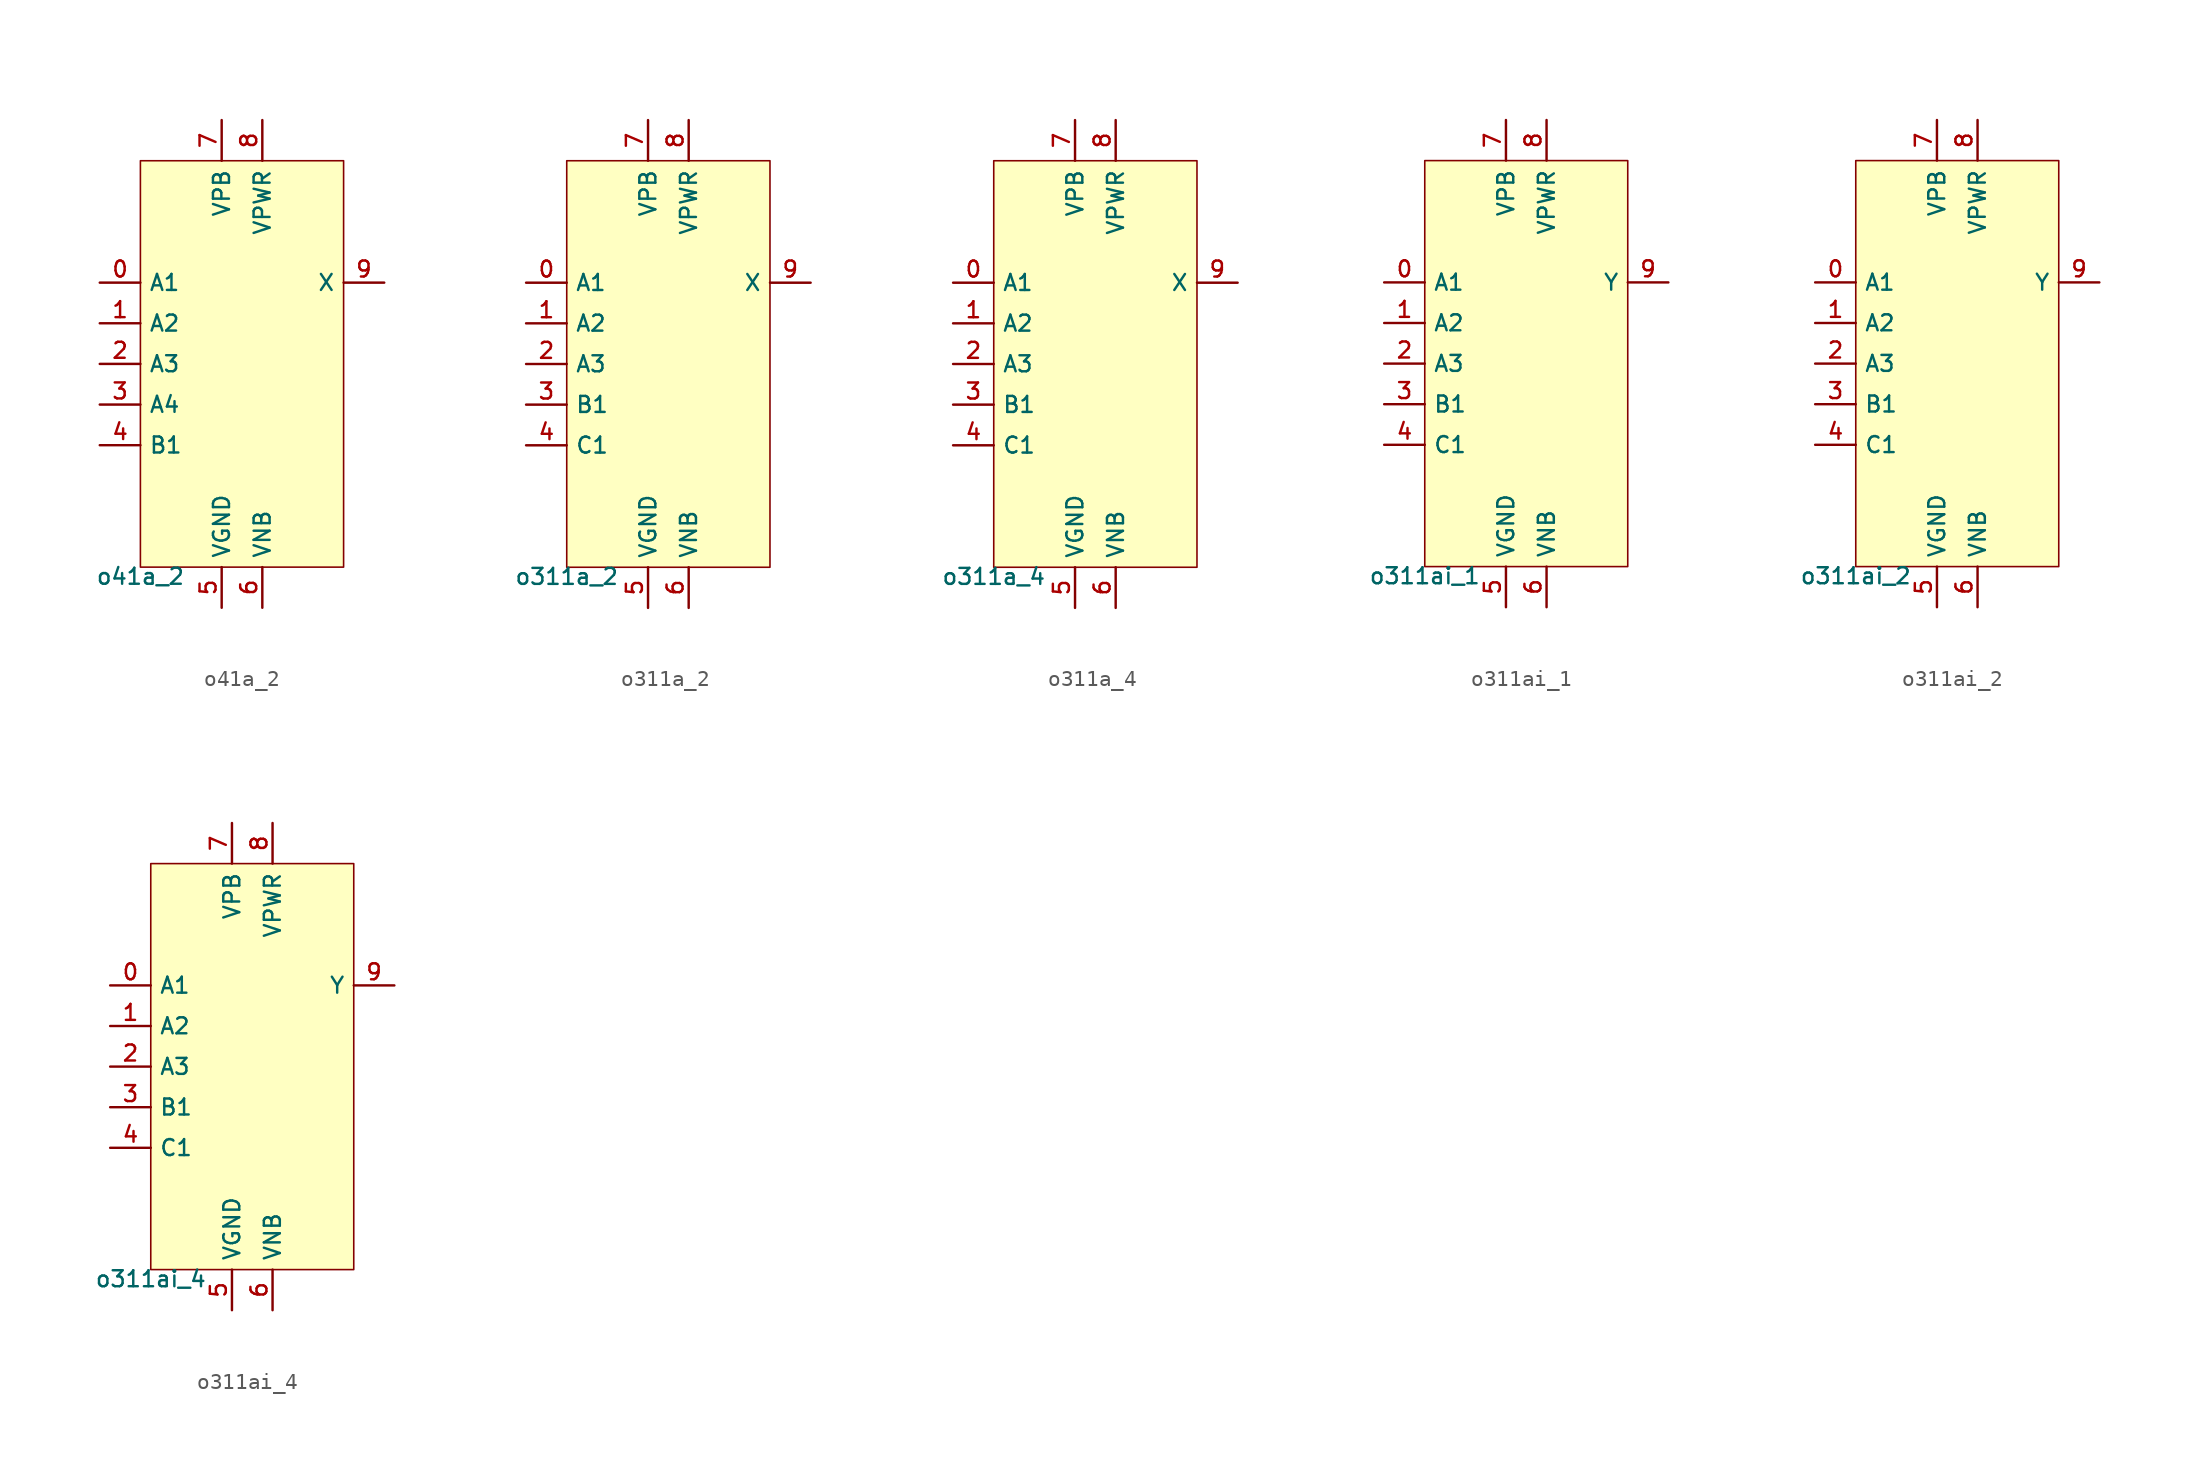
<source format=kicad_sym>
(kicad_symbol_lib
  (version 20211014)
  (generator pdk2kicad)
  (symbol "o41a_2"
    (property "Reference" "X"
      (at 0 0 0)
      (effects (font (size 1 1)) hide))
    (property "Value" "o41a_2"
      (at -6.35 -12.7 0)
      (effects (font (size 1 1)) (justify top)))
    (rectangle
      (start -6.35 -12.7)
      (end 6.35 12.7)
      (stroke (width 0.1) (type solid) (color 0 0 0 0))
      (fill (type background)))
    (pin input line
      (at -8.89 5.08 0)
      (length 2.54)
      (name "A1" (effects (font (size 1 1)) hide))
      (number "0" (effects (font (size 1 1)) hide)))
    (pin input line
      (at -8.89 2.54 0)
      (length 2.54)
      (name "A2" (effects (font (size 1 1)) hide))
      (number "1" (effects (font (size 1 1)) hide)))
    (pin input line
      (at -8.89 -8.881784197001252e-16 0)
      (length 2.54)
      (name "A3" (effects (font (size 1 1)) hide))
      (number "2" (effects (font (size 1 1)) hide)))
    (pin input line
      (at -8.89 -2.54 0)
      (length 2.54)
      (name "A4" (effects (font (size 1 1)) hide))
      (number "3" (effects (font (size 1 1)) hide)))
    (pin input line
      (at -8.89 -5.08 0)
      (length 2.54)
      (name "B1" (effects (font (size 1 1)) hide))
      (number "4" (effects (font (size 1 1)) hide)))
    (pin power_in line
      (at -1.27 -15.24 90)
      (length 2.54)
      (name "VGND" (effects (font (size 1 1)) hide))
      (number "5" (effects (font (size 1 1)) hide)))
    (pin power_in line
      (at 1.27 -15.24 90)
      (length 2.54)
      (name "VNB" (effects (font (size 1 1)) hide))
      (number "6" (effects (font (size 1 1)) hide)))
    (pin power_in line
      (at -1.27 15.24 270)
      (length 2.54)
      (name "VPB" (effects (font (size 1 1)) hide))
      (number "7" (effects (font (size 1 1)) hide)))
    (pin power_in line
      (at 1.27 15.24 270)
      (length 2.54)
      (name "VPWR" (effects (font (size 1 1)) hide))
      (number "8" (effects (font (size 1 1)) hide)))
    (pin output line
      (at 8.89 5.08 180)
      (length 2.54)
      (name "X" (effects (font (size 1 1)) hide))
      (number "9" (effects (font (size 1 1)) hide))))
  (symbol "o311a_2"
    (property "Reference" "X"
      (at 0 0 0)
      (effects (font (size 1 1)) hide))
    (property "Value" "o311a_2"
      (at -6.35 -12.7 0)
      (effects (font (size 1 1)) (justify top)))
    (rectangle
      (start -6.35 -12.7)
      (end 6.35 12.7)
      (stroke (width 0.1) (type solid) (color 0 0 0 0))
      (fill (type background)))
    (pin input line
      (at -8.89 5.08 0)
      (length 2.54)
      (name "A1" (effects (font (size 1 1)) hide))
      (number "0" (effects (font (size 1 1)) hide)))
    (pin input line
      (at -8.89 2.54 0)
      (length 2.54)
      (name "A2" (effects (font (size 1 1)) hide))
      (number "1" (effects (font (size 1 1)) hide)))
    (pin input line
      (at -8.89 -8.881784197001252e-16 0)
      (length 2.54)
      (name "A3" (effects (font (size 1 1)) hide))
      (number "2" (effects (font (size 1 1)) hide)))
    (pin input line
      (at -8.89 -2.54 0)
      (length 2.54)
      (name "B1" (effects (font (size 1 1)) hide))
      (number "3" (effects (font (size 1 1)) hide)))
    (pin input line
      (at -8.89 -5.08 0)
      (length 2.54)
      (name "C1" (effects (font (size 1 1)) hide))
      (number "4" (effects (font (size 1 1)) hide)))
    (pin power_in line
      (at -1.27 -15.24 90)
      (length 2.54)
      (name "VGND" (effects (font (size 1 1)) hide))
      (number "5" (effects (font (size 1 1)) hide)))
    (pin power_in line
      (at 1.27 -15.24 90)
      (length 2.54)
      (name "VNB" (effects (font (size 1 1)) hide))
      (number "6" (effects (font (size 1 1)) hide)))
    (pin power_in line
      (at -1.27 15.24 270)
      (length 2.54)
      (name "VPB" (effects (font (size 1 1)) hide))
      (number "7" (effects (font (size 1 1)) hide)))
    (pin power_in line
      (at 1.27 15.24 270)
      (length 2.54)
      (name "VPWR" (effects (font (size 1 1)) hide))
      (number "8" (effects (font (size 1 1)) hide)))
    (pin output line
      (at 8.89 5.08 180)
      (length 2.54)
      (name "X" (effects (font (size 1 1)) hide))
      (number "9" (effects (font (size 1 1)) hide))))
  (symbol "o311a_4"
    (property "Reference" "X"
      (at 0 0 0)
      (effects (font (size 1 1)) hide))
    (property "Value" "o311a_4"
      (at -6.35 -12.7 0)
      (effects (font (size 1 1)) (justify top)))
    (rectangle
      (start -6.35 -12.7)
      (end 6.35 12.7)
      (stroke (width 0.1) (type solid) (color 0 0 0 0))
      (fill (type background)))
    (pin input line
      (at -8.89 5.08 0)
      (length 2.54)
      (name "A1" (effects (font (size 1 1)) hide))
      (number "0" (effects (font (size 1 1)) hide)))
    (pin input line
      (at -8.89 2.54 0)
      (length 2.54)
      (name "A2" (effects (font (size 1 1)) hide))
      (number "1" (effects (font (size 1 1)) hide)))
    (pin input line
      (at -8.89 -8.881784197001252e-16 0)
      (length 2.54)
      (name "A3" (effects (font (size 1 1)) hide))
      (number "2" (effects (font (size 1 1)) hide)))
    (pin input line
      (at -8.89 -2.54 0)
      (length 2.54)
      (name "B1" (effects (font (size 1 1)) hide))
      (number "3" (effects (font (size 1 1)) hide)))
    (pin input line
      (at -8.89 -5.08 0)
      (length 2.54)
      (name "C1" (effects (font (size 1 1)) hide))
      (number "4" (effects (font (size 1 1)) hide)))
    (pin power_in line
      (at -1.27 -15.24 90)
      (length 2.54)
      (name "VGND" (effects (font (size 1 1)) hide))
      (number "5" (effects (font (size 1 1)) hide)))
    (pin power_in line
      (at 1.27 -15.24 90)
      (length 2.54)
      (name "VNB" (effects (font (size 1 1)) hide))
      (number "6" (effects (font (size 1 1)) hide)))
    (pin power_in line
      (at -1.27 15.24 270)
      (length 2.54)
      (name "VPB" (effects (font (size 1 1)) hide))
      (number "7" (effects (font (size 1 1)) hide)))
    (pin power_in line
      (at 1.27 15.24 270)
      (length 2.54)
      (name "VPWR" (effects (font (size 1 1)) hide))
      (number "8" (effects (font (size 1 1)) hide)))
    (pin output line
      (at 8.89 5.08 180)
      (length 2.54)
      (name "X" (effects (font (size 1 1)) hide))
      (number "9" (effects (font (size 1 1)) hide))))
  (symbol "o311ai_1"
    (property "Reference" "X"
      (at 0 0 0)
      (effects (font (size 1 1)) hide))
    (property "Value" "o311ai_1"
      (at -6.35 -12.7 0)
      (effects (font (size 1 1)) (justify top)))
    (rectangle
      (start -6.35 -12.7)
      (end 6.35 12.7)
      (stroke (width 0.1) (type solid) (color 0 0 0 0))
      (fill (type background)))
    (pin input line
      (at -8.89 5.08 0)
      (length 2.54)
      (name "A1" (effects (font (size 1 1)) hide))
      (number "0" (effects (font (size 1 1)) hide)))
    (pin input line
      (at -8.89 2.54 0)
      (length 2.54)
      (name "A2" (effects (font (size 1 1)) hide))
      (number "1" (effects (font (size 1 1)) hide)))
    (pin input line
      (at -8.89 -8.881784197001252e-16 0)
      (length 2.54)
      (name "A3" (effects (font (size 1 1)) hide))
      (number "2" (effects (font (size 1 1)) hide)))
    (pin input line
      (at -8.89 -2.54 0)
      (length 2.54)
      (name "B1" (effects (font (size 1 1)) hide))
      (number "3" (effects (font (size 1 1)) hide)))
    (pin input line
      (at -8.89 -5.08 0)
      (length 2.54)
      (name "C1" (effects (font (size 1 1)) hide))
      (number "4" (effects (font (size 1 1)) hide)))
    (pin power_in line
      (at -1.27 -15.24 90)
      (length 2.54)
      (name "VGND" (effects (font (size 1 1)) hide))
      (number "5" (effects (font (size 1 1)) hide)))
    (pin power_in line
      (at 1.27 -15.24 90)
      (length 2.54)
      (name "VNB" (effects (font (size 1 1)) hide))
      (number "6" (effects (font (size 1 1)) hide)))
    (pin power_in line
      (at -1.27 15.24 270)
      (length 2.54)
      (name "VPB" (effects (font (size 1 1)) hide))
      (number "7" (effects (font (size 1 1)) hide)))
    (pin power_in line
      (at 1.27 15.24 270)
      (length 2.54)
      (name "VPWR" (effects (font (size 1 1)) hide))
      (number "8" (effects (font (size 1 1)) hide)))
    (pin output line
      (at 8.89 5.08 180)
      (length 2.54)
      (name "Y" (effects (font (size 1 1)) hide))
      (number "9" (effects (font (size 1 1)) hide))))
  (symbol "o311ai_2"
    (property "Reference" "X"
      (at 0 0 0)
      (effects (font (size 1 1)) hide))
    (property "Value" "o311ai_2"
      (at -6.35 -12.7 0)
      (effects (font (size 1 1)) (justify top)))
    (rectangle
      (start -6.35 -12.7)
      (end 6.35 12.7)
      (stroke (width 0.1) (type solid) (color 0 0 0 0))
      (fill (type background)))
    (pin input line
      (at -8.89 5.08 0)
      (length 2.54)
      (name "A1" (effects (font (size 1 1)) hide))
      (number "0" (effects (font (size 1 1)) hide)))
    (pin input line
      (at -8.89 2.54 0)
      (length 2.54)
      (name "A2" (effects (font (size 1 1)) hide))
      (number "1" (effects (font (size 1 1)) hide)))
    (pin input line
      (at -8.89 -8.881784197001252e-16 0)
      (length 2.54)
      (name "A3" (effects (font (size 1 1)) hide))
      (number "2" (effects (font (size 1 1)) hide)))
    (pin input line
      (at -8.89 -2.54 0)
      (length 2.54)
      (name "B1" (effects (font (size 1 1)) hide))
      (number "3" (effects (font (size 1 1)) hide)))
    (pin input line
      (at -8.89 -5.08 0)
      (length 2.54)
      (name "C1" (effects (font (size 1 1)) hide))
      (number "4" (effects (font (size 1 1)) hide)))
    (pin power_in line
      (at -1.27 -15.24 90)
      (length 2.54)
      (name "VGND" (effects (font (size 1 1)) hide))
      (number "5" (effects (font (size 1 1)) hide)))
    (pin power_in line
      (at 1.27 -15.24 90)
      (length 2.54)
      (name "VNB" (effects (font (size 1 1)) hide))
      (number "6" (effects (font (size 1 1)) hide)))
    (pin power_in line
      (at -1.27 15.24 270)
      (length 2.54)
      (name "VPB" (effects (font (size 1 1)) hide))
      (number "7" (effects (font (size 1 1)) hide)))
    (pin power_in line
      (at 1.27 15.24 270)
      (length 2.54)
      (name "VPWR" (effects (font (size 1 1)) hide))
      (number "8" (effects (font (size 1 1)) hide)))
    (pin output line
      (at 8.89 5.08 180)
      (length 2.54)
      (name "Y" (effects (font (size 1 1)) hide))
      (number "9" (effects (font (size 1 1)) hide))))
  (symbol "o311ai_4"
    (property "Reference" "X"
      (at 0 0 0)
      (effects (font (size 1 1)) hide))
    (property "Value" "o311ai_4"
      (at -6.35 -12.7 0)
      (effects (font (size 1 1)) (justify top)))
    (rectangle
      (start -6.35 -12.7)
      (end 6.35 12.7)
      (stroke (width 0.1) (type solid) (color 0 0 0 0))
      (fill (type background)))
    (pin input line
      (at -8.89 5.08 0)
      (length 2.54)
      (name "A1" (effects (font (size 1 1)) hide))
      (number "0" (effects (font (size 1 1)) hide)))
    (pin input line
      (at -8.89 2.54 0)
      (length 2.54)
      (name "A2" (effects (font (size 1 1)) hide))
      (number "1" (effects (font (size 1 1)) hide)))
    (pin input line
      (at -8.89 -8.881784197001252e-16 0)
      (length 2.54)
      (name "A3" (effects (font (size 1 1)) hide))
      (number "2" (effects (font (size 1 1)) hide)))
    (pin input line
      (at -8.89 -2.54 0)
      (length 2.54)
      (name "B1" (effects (font (size 1 1)) hide))
      (number "3" (effects (font (size 1 1)) hide)))
    (pin input line
      (at -8.89 -5.08 0)
      (length 2.54)
      (name "C1" (effects (font (size 1 1)) hide))
      (number "4" (effects (font (size 1 1)) hide)))
    (pin power_in line
      (at -1.27 -15.24 90)
      (length 2.54)
      (name "VGND" (effects (font (size 1 1)) hide))
      (number "5" (effects (font (size 1 1)) hide)))
    (pin power_in line
      (at 1.27 -15.24 90)
      (length 2.54)
      (name "VNB" (effects (font (size 1 1)) hide))
      (number "6" (effects (font (size 1 1)) hide)))
    (pin power_in line
      (at -1.27 15.24 270)
      (length 2.54)
      (name "VPB" (effects (font (size 1 1)) hide))
      (number "7" (effects (font (size 1 1)) hide)))
    (pin power_in line
      (at 1.27 15.24 270)
      (length 2.54)
      (name "VPWR" (effects (font (size 1 1)) hide))
      (number "8" (effects (font (size 1 1)) hide)))
    (pin output line
      (at 8.89 5.08 180)
      (length 2.54)
      (name "Y" (effects (font (size 1 1)) hide))
      (number "9" (effects (font (size 1 1)) hide)))))
</source>
